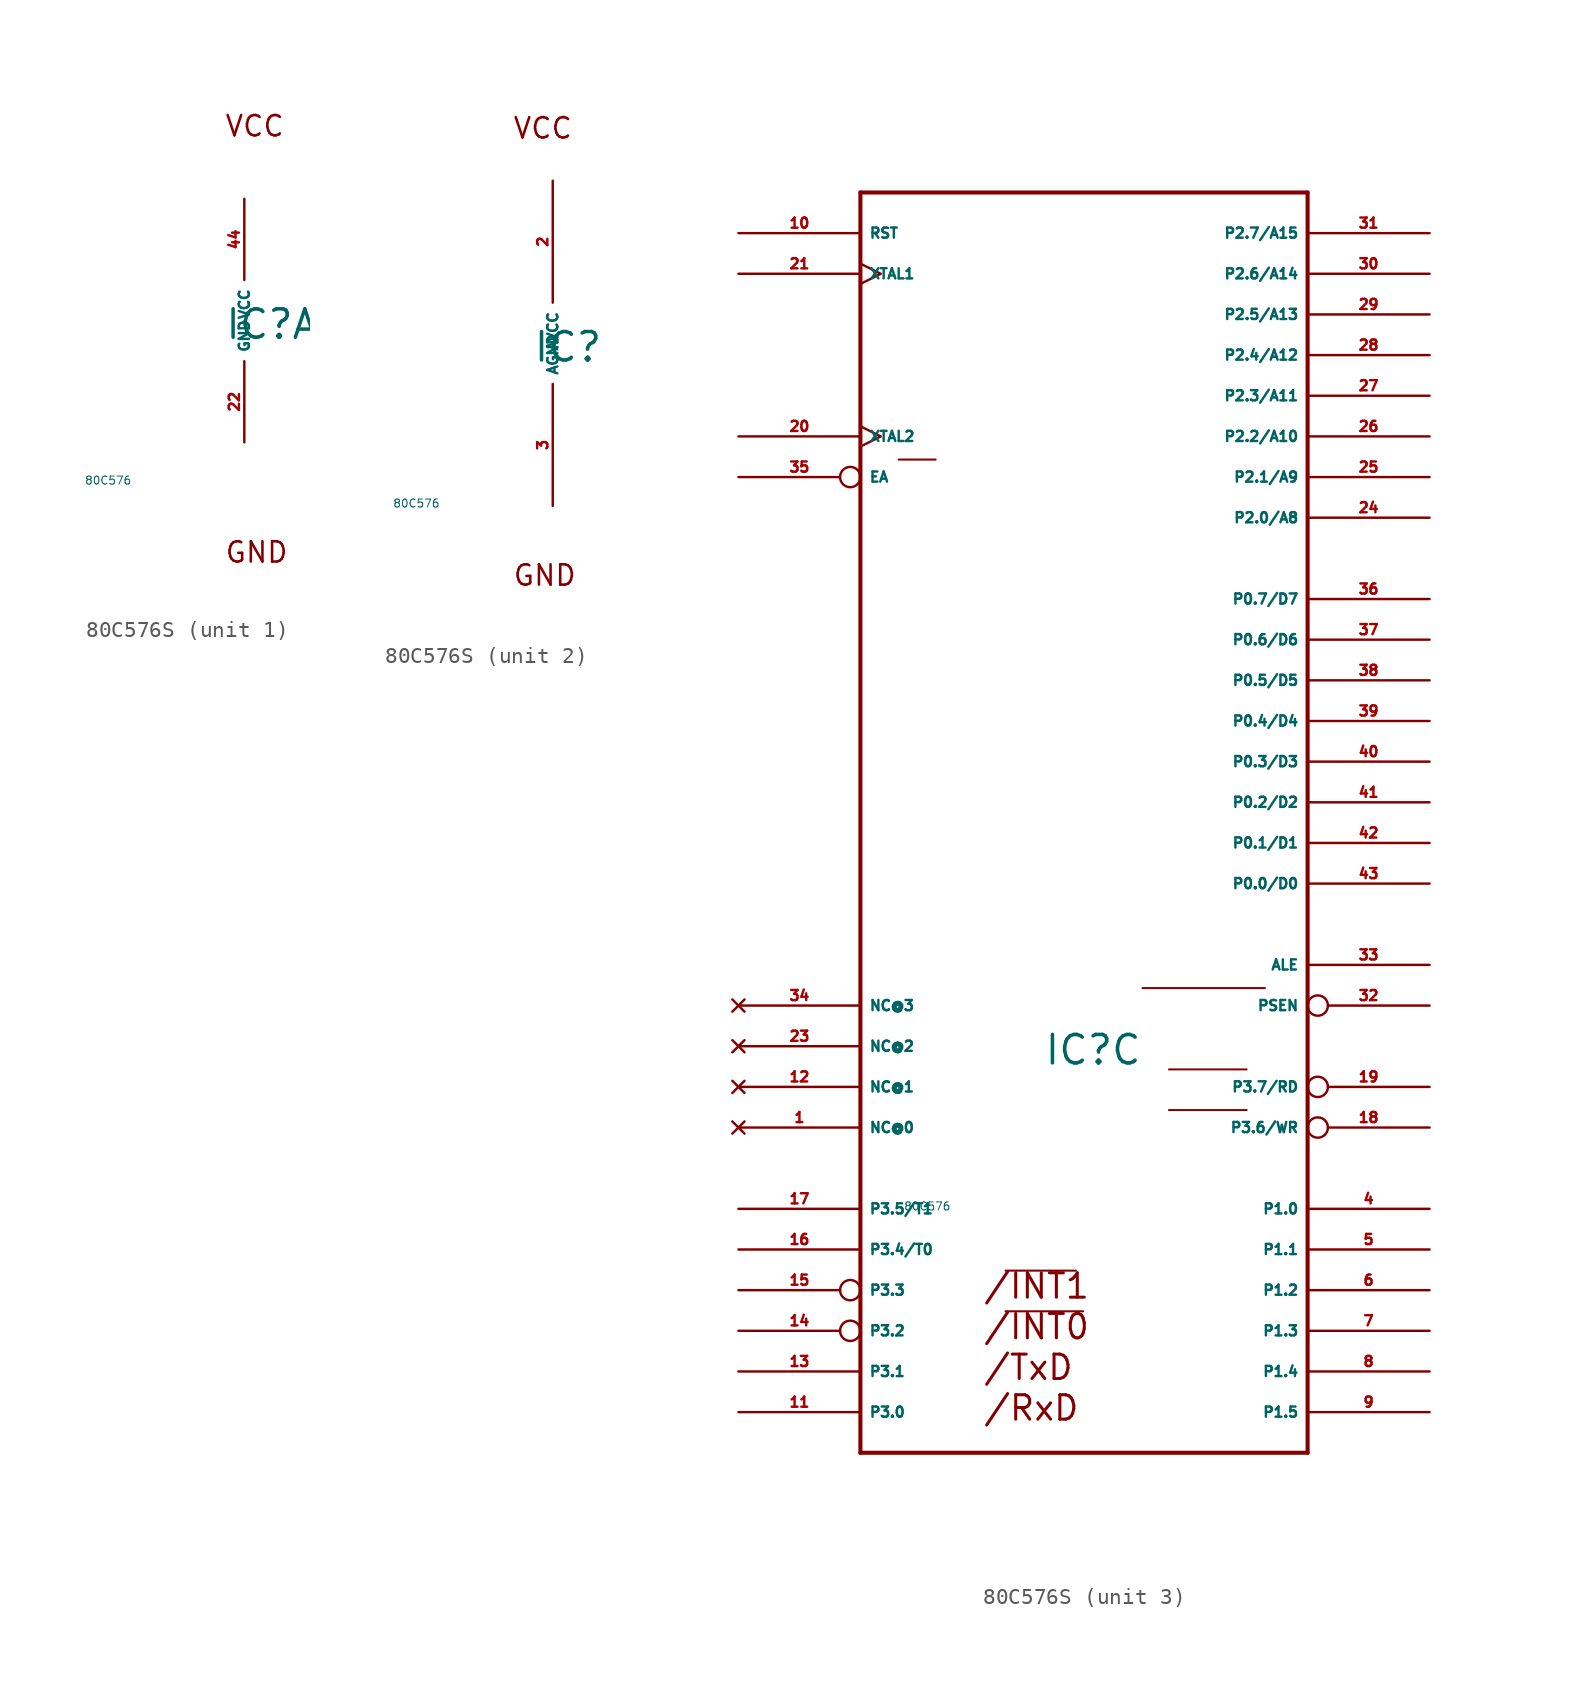
<source format=kicad_sym>
(kicad_symbol_lib
  (version 20220914)
  (generator Eagle2Kicad)
  (symbol "80C576S"
    (property "Reference" "IC"
      (at -1.27 -1.27 0)
      (effects (font (size 1.778 1.778) (thickness 0.22)) (justify left bottom)))
    (property "Value" "80C576"
      (at -10 -10 0)
      (effects (font (size 0.5 0.5) (thickness 0.06)) (justify left)))
    (symbol "80C576S_1_0"
      (text "VCC" (at -1.27 11.43 0) (effects (font (size 1.27 1.27) (thickness 0.16)) (justify left bottom)))
      (text "GND" (at -1.27 -15.24 0) (effects (font (size 1.27 1.27) (thickness 0.16)) (justify left bottom)))
      (pin unspecified line (at 0 7.62 270) (length 5.08) (name "VCC" (effects (font (size 0.635 0.635) (thickness 0.08)) (justify left bottom))) (number "44" (effects (font (size 0.635 0.635) (thickness 0.08)) (justify left bottom))))
      (pin unspecified line (at 0 -7.62 90) (length 5.08) (name "GND" (effects (font (size 0.635 0.635) (thickness 0.08)) (justify left bottom))) (number "22" (effects (font (size 0.635 0.635) (thickness 0.08)) (justify left bottom)))))
    (symbol "80C576S_2_0"
      (text "VCC" (at -2.54 12.7 0) (effects (font (size 1.27 1.27) (thickness 0.16)) (justify left bottom)))
      (text "GND" (at -2.54 -15.24 0) (effects (font (size 1.27 1.27) (thickness 0.16)) (justify left bottom)))
      (pin unspecified line (at 0 10.16 270) (length 7.62) (name "AVCC" (effects (font (size 0.635 0.635) (thickness 0.08)) (justify left bottom))) (number "2" (effects (font (size 0.635 0.635) (thickness 0.08)) (justify left bottom))))
      (pin unspecified line (at 0 -10.16 90) (length 7.62) (name "AGND" (effects (font (size 0.635 0.635) (thickness 0.08)) (justify left bottom))) (number "3" (effects (font (size 0.635 0.635) (thickness 0.08)) (justify left bottom)))))
    (symbol "80C576S_3_0"
      (polyline (pts (xy -3.632 -14.021) (xy 0.762 -14.021)) (stroke (width 0.127) (type default)) (fill (type none)))
      (polyline (pts (xy -3.632 -16.561) (xy 1.219 -16.561)) (stroke (width 0.127) (type default)) (fill (type none)))
      (polyline (pts (xy 6.579 -1.448) (xy 11.43 -1.448)) (stroke (width 0.127) (type default)) (fill (type none)))
      (polyline (pts (xy 6.579 -3.988) (xy 11.43 -3.988)) (stroke (width 0.127) (type default)) (fill (type none)))
      (polyline (pts (xy 4.928 3.632) (xy 12.573 3.632)) (stroke (width 0.127) (type default)) (fill (type none)))
      (polyline (pts (xy -10.312 36.652) (xy -8.001 36.652)) (stroke (width 0.127) (type default)) (fill (type none)))
      (polyline (pts (xy -12.7 -25.4) (xy 15.24 -25.4)) (stroke (width 0.254) (type default)) (fill (type none)))
      (polyline (pts (xy 15.24 -25.4) (xy 15.24 53.34)) (stroke (width 0.254) (type default)) (fill (type none)))
      (polyline (pts (xy 15.24 53.34) (xy -12.7 53.34)) (stroke (width 0.254) (type default)) (fill (type none)))
      (polyline (pts (xy -12.7 53.34) (xy -12.7 -25.4)) (stroke (width 0.254) (type default)) (fill (type none)))
      (text "/INT1" (at -5.08 -15.875 0) (effects (font (size 1.524 1.524) (thickness 0.19)) (justify left bottom)))
      (text "/INT0" (at -5.08 -18.415 0) (effects (font (size 1.524 1.524) (thickness 0.19)) (justify left bottom)))
      (text "/RxD" (at -5.08 -23.495 0) (effects (font (size 1.524 1.524) (thickness 0.19)) (justify left bottom)))
      (text "/TxD" (at -5.08 -20.955 0) (effects (font (size 1.524 1.524) (thickness 0.19)) (justify left bottom)))
      (pin input inverted (at -20.32 35.56 0) (length 7.62) (name "EA" (effects (font (size 0.635 0.635) (thickness 0.08)) (justify left bottom))) (number "35" (effects (font (size 0.635 0.635) (thickness 0.08)) (justify left bottom))))
      (pin bidirectional line (at 22.86 10.16 180) (length 7.62) (name "P0.0/D0" (effects (font (size 0.635 0.635) (thickness 0.08)) (justify left bottom))) (number "43" (effects (font (size 0.635 0.635) (thickness 0.08)) (justify left bottom))))
      (pin bidirectional line (at 22.86 12.7 180) (length 7.62) (name "P0.1/D1" (effects (font (size 0.635 0.635) (thickness 0.08)) (justify left bottom))) (number "42" (effects (font (size 0.635 0.635) (thickness 0.08)) (justify left bottom))))
      (pin bidirectional line (at 22.86 15.24 180) (length 7.62) (name "P0.2/D2" (effects (font (size 0.635 0.635) (thickness 0.08)) (justify left bottom))) (number "41" (effects (font (size 0.635 0.635) (thickness 0.08)) (justify left bottom))))
      (pin bidirectional line (at 22.86 17.78 180) (length 7.62) (name "P0.3/D3" (effects (font (size 0.635 0.635) (thickness 0.08)) (justify left bottom))) (number "40" (effects (font (size 0.635 0.635) (thickness 0.08)) (justify left bottom))))
      (pin bidirectional line (at 22.86 20.32 180) (length 7.62) (name "P0.4/D4" (effects (font (size 0.635 0.635) (thickness 0.08)) (justify left bottom))) (number "39" (effects (font (size 0.635 0.635) (thickness 0.08)) (justify left bottom))))
      (pin bidirectional line (at 22.86 22.86 180) (length 7.62) (name "P0.5/D5" (effects (font (size 0.635 0.635) (thickness 0.08)) (justify left bottom))) (number "38" (effects (font (size 0.635 0.635) (thickness 0.08)) (justify left bottom))))
      (pin bidirectional line (at 22.86 25.4 180) (length 7.62) (name "P0.6/D6" (effects (font (size 0.635 0.635) (thickness 0.08)) (justify left bottom))) (number "37" (effects (font (size 0.635 0.635) (thickness 0.08)) (justify left bottom))))
      (pin bidirectional line (at 22.86 27.94 180) (length 7.62) (name "P0.7/D7" (effects (font (size 0.635 0.635) (thickness 0.08)) (justify left bottom))) (number "36" (effects (font (size 0.635 0.635) (thickness 0.08)) (justify left bottom))))
      (pin input clock (at -20.32 48.26 0) (length 7.62) (name "XTAL1" (effects (font (size 0.635 0.635) (thickness 0.08)) (justify left bottom))) (number "21" (effects (font (size 0.635 0.635) (thickness 0.08)) (justify left bottom))))
      (pin input clock (at -20.32 38.1 0) (length 7.62) (name "XTAL2" (effects (font (size 0.635 0.635) (thickness 0.08)) (justify left bottom))) (number "20" (effects (font (size 0.635 0.635) (thickness 0.08)) (justify left bottom))))
      (pin input line (at -20.32 50.8 0) (length 7.62) (name "RST" (effects (font (size 0.635 0.635) (thickness 0.08)) (justify left bottom))) (number "10" (effects (font (size 0.635 0.635) (thickness 0.08)) (justify left bottom))))
      (pin output line (at 22.86 5.08 180) (length 7.62) (name "ALE" (effects (font (size 0.635 0.635) (thickness 0.08)) (justify left bottom))) (number "33" (effects (font (size 0.635 0.635) (thickness 0.08)) (justify left bottom))))
      (pin output inverted (at 22.86 2.54 180) (length 7.62) (name "PSEN" (effects (font (size 0.635 0.635) (thickness 0.08)) (justify left bottom))) (number "32" (effects (font (size 0.635 0.635) (thickness 0.08)) (justify left bottom))))
      (pin bidirectional line (at 22.86 33.02 180) (length 7.62) (name "P2.0/A8" (effects (font (size 0.635 0.635) (thickness 0.08)) (justify left bottom))) (number "24" (effects (font (size 0.635 0.635) (thickness 0.08)) (justify left bottom))))
      (pin bidirectional line (at 22.86 35.56 180) (length 7.62) (name "P2.1/A9" (effects (font (size 0.635 0.635) (thickness 0.08)) (justify left bottom))) (number "25" (effects (font (size 0.635 0.635) (thickness 0.08)) (justify left bottom))))
      (pin bidirectional line (at 22.86 38.1 180) (length 7.62) (name "P2.2/A10" (effects (font (size 0.635 0.635) (thickness 0.08)) (justify left bottom))) (number "26" (effects (font (size 0.635 0.635) (thickness 0.08)) (justify left bottom))))
      (pin bidirectional line (at 22.86 40.64 180) (length 7.62) (name "P2.3/A11" (effects (font (size 0.635 0.635) (thickness 0.08)) (justify left bottom))) (number "27" (effects (font (size 0.635 0.635) (thickness 0.08)) (justify left bottom))))
      (pin bidirectional line (at 22.86 43.18 180) (length 7.62) (name "P2.4/A12" (effects (font (size 0.635 0.635) (thickness 0.08)) (justify left bottom))) (number "28" (effects (font (size 0.635 0.635) (thickness 0.08)) (justify left bottom))))
      (pin bidirectional line (at 22.86 45.72 180) (length 7.62) (name "P2.5/A13" (effects (font (size 0.635 0.635) (thickness 0.08)) (justify left bottom))) (number "29" (effects (font (size 0.635 0.635) (thickness 0.08)) (justify left bottom))))
      (pin bidirectional line (at 22.86 48.26 180) (length 7.62) (name "P2.6/A14" (effects (font (size 0.635 0.635) (thickness 0.08)) (justify left bottom))) (number "30" (effects (font (size 0.635 0.635) (thickness 0.08)) (justify left bottom))))
      (pin bidirectional line (at 22.86 50.8 180) (length 7.62) (name "P2.7/A15" (effects (font (size 0.635 0.635) (thickness 0.08)) (justify left bottom))) (number "31" (effects (font (size 0.635 0.635) (thickness 0.08)) (justify left bottom))))
      (pin bidirectional line (at 22.86 -10.16 180) (length 7.62) (name "P1.0" (effects (font (size 0.635 0.635) (thickness 0.08)) (justify left bottom))) (number "4" (effects (font (size 0.635 0.635) (thickness 0.08)) (justify left bottom))))
      (pin bidirectional line (at 22.86 -12.7 180) (length 7.62) (name "P1.1" (effects (font (size 0.635 0.635) (thickness 0.08)) (justify left bottom))) (number "5" (effects (font (size 0.635 0.635) (thickness 0.08)) (justify left bottom))))
      (pin bidirectional line (at 22.86 -15.24 180) (length 7.62) (name "P1.2" (effects (font (size 0.635 0.635) (thickness 0.08)) (justify left bottom))) (number "6" (effects (font (size 0.635 0.635) (thickness 0.08)) (justify left bottom))))
      (pin bidirectional line (at 22.86 -17.78 180) (length 7.62) (name "P1.3" (effects (font (size 0.635 0.635) (thickness 0.08)) (justify left bottom))) (number "7" (effects (font (size 0.635 0.635) (thickness 0.08)) (justify left bottom))))
      (pin bidirectional line (at 22.86 -20.32 180) (length 7.62) (name "P1.4" (effects (font (size 0.635 0.635) (thickness 0.08)) (justify left bottom))) (number "8" (effects (font (size 0.635 0.635) (thickness 0.08)) (justify left bottom))))
      (pin bidirectional line (at 22.86 -22.86 180) (length 7.62) (name "P1.5" (effects (font (size 0.635 0.635) (thickness 0.08)) (justify left bottom))) (number "9" (effects (font (size 0.635 0.635) (thickness 0.08)) (justify left bottom))))
      (pin bidirectional line (at -20.32 -22.86 0) (length 7.62) (name "P3.0" (effects (font (size 0.635 0.635) (thickness 0.08)) (justify left bottom))) (number "11" (effects (font (size 0.635 0.635) (thickness 0.08)) (justify left bottom))))
      (pin bidirectional line (at -20.32 -20.32 0) (length 7.62) (name "P3.1" (effects (font (size 0.635 0.635) (thickness 0.08)) (justify left bottom))) (number "13" (effects (font (size 0.635 0.635) (thickness 0.08)) (justify left bottom))))
      (pin bidirectional inverted (at -20.32 -17.78 0) (length 7.62) (name "P3.2" (effects (font (size 0.635 0.635) (thickness 0.08)) (justify left bottom))) (number "14" (effects (font (size 0.635 0.635) (thickness 0.08)) (justify left bottom))))
      (pin bidirectional inverted (at -20.32 -15.24 0) (length 7.62) (name "P3.3" (effects (font (size 0.635 0.635) (thickness 0.08)) (justify left bottom))) (number "15" (effects (font (size 0.635 0.635) (thickness 0.08)) (justify left bottom))))
      (pin bidirectional line (at -20.32 -12.7 0) (length 7.62) (name "P3.4/T0" (effects (font (size 0.635 0.635) (thickness 0.08)) (justify left bottom))) (number "16" (effects (font (size 0.635 0.635) (thickness 0.08)) (justify left bottom))))
      (pin bidirectional line (at -20.32 -10.16 0) (length 7.62) (name "P3.5/T1" (effects (font (size 0.635 0.635) (thickness 0.08)) (justify left bottom))) (number "17" (effects (font (size 0.635 0.635) (thickness 0.08)) (justify left bottom))))
      (pin bidirectional inverted (at 22.86 -5.08 180) (length 7.62) (name "P3.6/WR" (effects (font (size 0.635 0.635) (thickness 0.08)) (justify left bottom))) (number "18" (effects (font (size 0.635 0.635) (thickness 0.08)) (justify left bottom))))
      (pin bidirectional inverted (at 22.86 -2.54 180) (length 7.62) (name "P3.7/RD" (effects (font (size 0.635 0.635) (thickness 0.08)) (justify left bottom))) (number "19" (effects (font (size 0.635 0.635) (thickness 0.08)) (justify left bottom))))
      (pin no_connect line (at -20.32 -5.08 0) (length 7.62) (name "NC@0" (effects (font (size 0.635 0.635) (thickness 0.08)) (justify left bottom) hide)) (number "1" (effects (font (size 0.635 0.635) (thickness 0.08)) (justify left bottom) hide)))
      (pin no_connect line (at -20.32 -2.54 0) (length 7.62) (name "NC@1" (effects (font (size 0.635 0.635) (thickness 0.08)) (justify left bottom) hide)) (number "12" (effects (font (size 0.635 0.635) (thickness 0.08)) (justify left bottom) hide)))
      (pin no_connect line (at -20.32 0 0) (length 7.62) (name "NC@2" (effects (font (size 0.635 0.635) (thickness 0.08)) (justify left bottom) hide)) (number "23" (effects (font (size 0.635 0.635) (thickness 0.08)) (justify left bottom) hide)))
      (pin no_connect line (at -20.32 2.54 0) (length 7.62) (name "NC@3" (effects (font (size 0.635 0.635) (thickness 0.08)) (justify left bottom) hide)) (number "34" (effects (font (size 0.635 0.635) (thickness 0.08)) (justify left bottom) hide))))))
</source>
